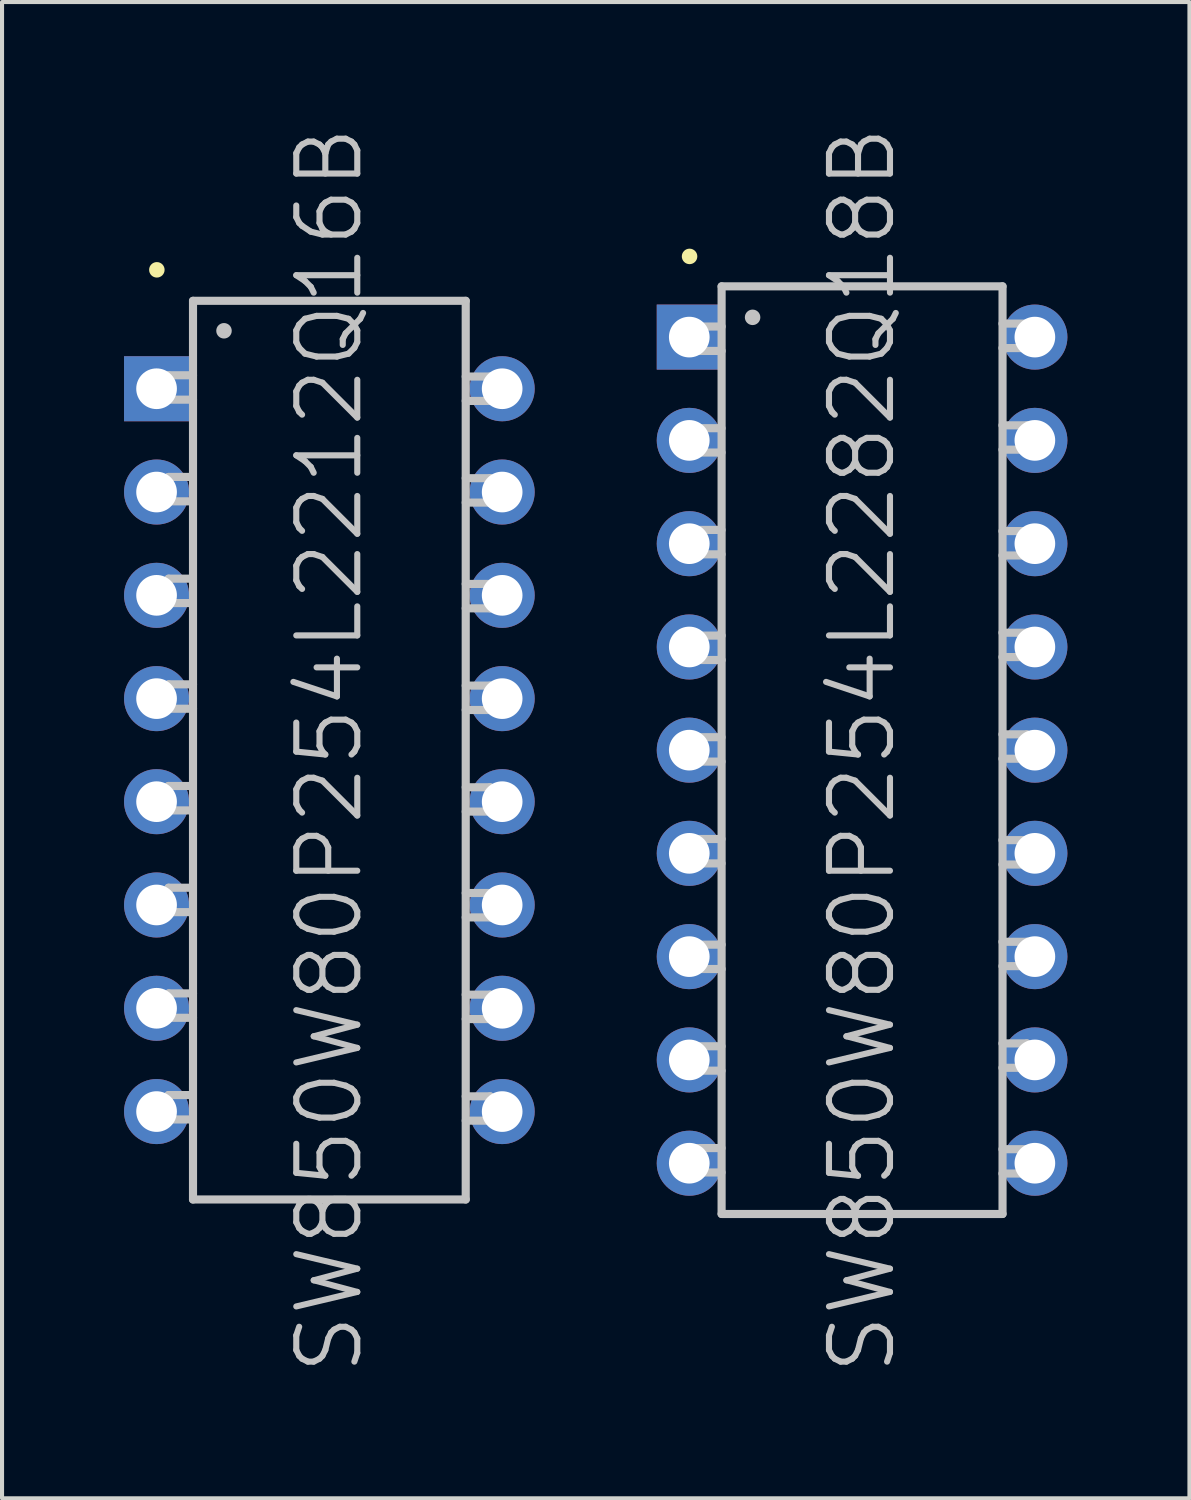
<source format=kicad_pcb>
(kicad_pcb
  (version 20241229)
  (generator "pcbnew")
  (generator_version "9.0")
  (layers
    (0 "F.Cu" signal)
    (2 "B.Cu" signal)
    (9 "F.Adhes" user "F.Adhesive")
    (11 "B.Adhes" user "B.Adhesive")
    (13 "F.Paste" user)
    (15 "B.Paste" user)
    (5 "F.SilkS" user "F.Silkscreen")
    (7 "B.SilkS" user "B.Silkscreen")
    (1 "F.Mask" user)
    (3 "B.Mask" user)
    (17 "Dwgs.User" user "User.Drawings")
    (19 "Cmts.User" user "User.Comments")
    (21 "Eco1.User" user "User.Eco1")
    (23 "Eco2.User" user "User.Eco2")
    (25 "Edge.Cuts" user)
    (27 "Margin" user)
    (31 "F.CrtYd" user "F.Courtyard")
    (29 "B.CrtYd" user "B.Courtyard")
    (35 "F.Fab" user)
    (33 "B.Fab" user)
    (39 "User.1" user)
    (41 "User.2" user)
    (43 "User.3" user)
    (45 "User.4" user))
  (footprint "SW850W80P254L2282Q18B"
    (layer "F.Cu")
    (at 18.148 15.396)
    (property "Reference" "SW850W80P254L2282Q18B" (at 0 0 90) (layer "Dwgs.User") (effects (font (size 1.5 1.5) (thickness 0.15))))
    (attr through_hole)
    (fp_line (start -4.242 -12.141) (end -4.242 -12.141) (stroke (width 0.381) (type solid)) (layer "F.SilkS"))
    (fp_line (start -4.056 -7.917) (end -4.056 -7.318) (stroke (width 0.2) (type solid)) (layer "Dwgs.User"))
    (fp_line (start -4.056 -7.318) (end -3.457 -7.318) (stroke (width 0.2) (type solid)) (layer "Dwgs.User"))
    (fp_line (start -4.056 -5.415) (end -4.056 -4.816) (stroke (width 0.2) (type solid)) (layer "Dwgs.User"))
    (fp_line (start -4.056 -4.816) (end -3.457 -4.816) (stroke (width 0.2) (type solid)) (layer "Dwgs.User"))
    (fp_line (start -4.056 -0.318) (end -4.056 0.282) (stroke (width 0.2) (type solid)) (layer "Dwgs.User"))
    (fp_line (start -4.056 0.282) (end -3.457 0.282) (stroke (width 0.2) (type solid)) (layer "Dwgs.User"))
    (fp_line (start -4.056 2.184) (end -4.056 2.784) (stroke (width 0.2) (type solid)) (layer "Dwgs.User"))
    (fp_line (start -4.056 2.784) (end -3.457 2.784) (stroke (width 0.2) (type solid)) (layer "Dwgs.User"))
    (fp_line (start -4.056 7.282) (end -4.056 7.882) (stroke (width 0.2) (type solid)) (layer "Dwgs.User"))
    (fp_line (start -4.056 7.882) (end -3.457 7.882) (stroke (width 0.2) (type solid)) (layer "Dwgs.User"))
    (fp_line (start -4.056 9.784) (end -4.056 10.384) (stroke (width 0.2) (type solid)) (layer "Dwgs.User"))
    (fp_line (start -4.056 10.384) (end -3.457 10.384) (stroke (width 0.2) (type solid)) (layer "Dwgs.User"))
    (fp_line (start -4.054 -10.417) (end -4.054 -9.817) (stroke (width 0.2) (type solid)) (layer "Dwgs.User"))
    (fp_line (start -4.054 -9.817) (end -3.454 -9.817) (stroke (width 0.2) (type solid)) (layer "Dwgs.User"))
    (fp_line (start -4.054 -2.817) (end -4.054 -2.217) (stroke (width 0.2) (type solid)) (layer "Dwgs.User"))
    (fp_line (start -4.054 -2.217) (end -3.454 -2.217) (stroke (width 0.2) (type solid)) (layer "Dwgs.User"))
    (fp_line (start -4.054 4.783) (end -4.054 5.382) (stroke (width 0.2) (type solid)) (layer "Dwgs.User"))
    (fp_line (start -4.054 5.382) (end -3.454 5.382) (stroke (width 0.2) (type solid)) (layer "Dwgs.User"))
    (fp_line (start -3.457 -7.917) (end -4.056 -7.917) (stroke (width 0.2) (type solid)) (layer "Dwgs.User"))
    (fp_line (start -3.457 -5.415) (end -4.056 -5.415) (stroke (width 0.2) (type solid)) (layer "Dwgs.User"))
    (fp_line (start -3.457 -0.318) (end -4.056 -0.318) (stroke (width 0.2) (type solid)) (layer "Dwgs.User"))
    (fp_line (start -3.457 2.184) (end -4.056 2.184) (stroke (width 0.2) (type solid)) (layer "Dwgs.User"))
    (fp_line (start -3.457 7.282) (end -4.056 7.282) (stroke (width 0.2) (type solid)) (layer "Dwgs.User"))
    (fp_line (start -3.457 9.784) (end -4.056 9.784) (stroke (width 0.2) (type solid)) (layer "Dwgs.User"))
    (fp_line (start -3.454 -11.405) (end -3.454 11.405) (stroke (width 0.2) (type solid)) (layer "Dwgs.User"))
    (fp_line (start -3.454 -11.405) (end 3.454 -11.405) (stroke (width 0.2) (type solid)) (layer "Dwgs.User"))
    (fp_line (start -3.454 -10.417) (end -4.054 -10.417) (stroke (width 0.2) (type solid)) (layer "Dwgs.User"))
    (fp_line (start -3.454 -2.817) (end -4.054 -2.817) (stroke (width 0.2) (type solid)) (layer "Dwgs.User"))
    (fp_line (start -3.454 4.783) (end -4.054 4.783) (stroke (width 0.2) (type solid)) (layer "Dwgs.User"))
    (fp_line (start -3.454 11.405) (end 3.454 11.405) (stroke (width 0.2) (type solid)) (layer "Dwgs.User"))
    (fp_line (start -2.692 -10.643) (end -2.692 -10.643) (stroke (width 0.381) (type solid)) (layer "Dwgs.User"))
    (fp_line (start 3.452 -9.888) (end 4.051 -9.888) (stroke (width 0.2) (type solid)) (layer "Dwgs.User"))
    (fp_line (start 3.452 -7.389) (end 4.051 -7.389) (stroke (width 0.2) (type solid)) (layer "Dwgs.User"))
    (fp_line (start 3.452 -4.788) (end 4.051 -4.788) (stroke (width 0.2) (type solid)) (layer "Dwgs.User"))
    (fp_line (start 3.452 -2.289) (end 4.051 -2.289) (stroke (width 0.2) (type solid)) (layer "Dwgs.User"))
    (fp_line (start 3.452 0.211) (end 4.051 0.211) (stroke (width 0.2) (type solid)) (layer "Dwgs.User"))
    (fp_line (start 3.452 2.812) (end 4.051 2.812) (stroke (width 0.2) (type solid)) (layer "Dwgs.User"))
    (fp_line (start 3.452 5.311) (end 4.051 5.311) (stroke (width 0.2) (type solid)) (layer "Dwgs.User"))
    (fp_line (start 3.452 7.811) (end 4.051 7.811) (stroke (width 0.2) (type solid)) (layer "Dwgs.User"))
    (fp_line (start 3.452 10.411) (end 4.051 10.411) (stroke (width 0.2) (type solid)) (layer "Dwgs.User"))
    (fp_line (start 3.454 -11.405) (end 3.454 11.405) (stroke (width 0.2) (type solid)) (layer "Dwgs.User"))
    (fp_line (start 4.051 -10.488) (end 3.452 -10.488) (stroke (width 0.2) (type solid)) (layer "Dwgs.User"))
    (fp_line (start 4.051 -9.888) (end 4.051 -10.488) (stroke (width 0.2) (type solid)) (layer "Dwgs.User"))
    (fp_line (start 4.051 -7.988) (end 3.452 -7.988) (stroke (width 0.2) (type solid)) (layer "Dwgs.User"))
    (fp_line (start 4.051 -7.389) (end 4.051 -7.988) (stroke (width 0.2) (type solid)) (layer "Dwgs.User"))
    (fp_line (start 4.051 -5.387) (end 3.452 -5.387) (stroke (width 0.2) (type solid)) (layer "Dwgs.User"))
    (fp_line (start 4.051 -4.788) (end 4.051 -5.387) (stroke (width 0.2) (type solid)) (layer "Dwgs.User"))
    (fp_line (start 4.051 -2.888) (end 3.452 -2.888) (stroke (width 0.2) (type solid)) (layer "Dwgs.User"))
    (fp_line (start 4.051 -2.289) (end 4.051 -2.888) (stroke (width 0.2) (type solid)) (layer "Dwgs.User"))
    (fp_line (start 4.051 -0.389) (end 3.452 -0.389) (stroke (width 0.2) (type solid)) (layer "Dwgs.User"))
    (fp_line (start 4.051 0.211) (end 4.051 -0.389) (stroke (width 0.2) (type solid)) (layer "Dwgs.User"))
    (fp_line (start 4.051 2.212) (end 3.452 2.212) (stroke (width 0.2) (type solid)) (layer "Dwgs.User"))
    (fp_line (start 4.051 2.812) (end 4.051 2.212) (stroke (width 0.2) (type solid)) (layer "Dwgs.User"))
    (fp_line (start 4.051 4.712) (end 3.452 4.712) (stroke (width 0.2) (type solid)) (layer "Dwgs.User"))
    (fp_line (start 4.051 5.311) (end 4.051 4.712) (stroke (width 0.2) (type solid)) (layer "Dwgs.User"))
    (fp_line (start 4.051 7.211) (end 3.452 7.211) (stroke (width 0.2) (type solid)) (layer "Dwgs.User"))
    (fp_line (start 4.051 7.811) (end 4.051 7.211) (stroke (width 0.2) (type solid)) (layer "Dwgs.User"))
    (fp_line (start 4.051 9.812) (end 3.452 9.812) (stroke (width 0.2) (type solid)) (layer "Dwgs.User"))
    (fp_line (start 4.051 10.411) (end 4.051 9.812) (stroke (width 0.2) (type solid)) (layer "Dwgs.User"))
    (pad "1" thru_hole rect (at -4.249 -10.157) (size 1.6 1.6) (drill 1) (layers "*.Cu" "*.Mask"))
    (pad "2" thru_hole circle (at -4.249 -7.617) (size 1.6 1.6) (drill 1) (layers "*.Cu" "*.Mask"))
    (pad "3" thru_hole circle (at -4.249 -5.077) (size 1.6 1.6) (drill 1) (layers "*.Cu" "*.Mask"))
    (pad "4" thru_hole circle (at -4.249 -2.537) (size 1.6 1.6) (drill 1) (layers "*.Cu" "*.Mask"))
    (pad "5" thru_hole circle (at -4.249 0) (size 1.6 1.6) (drill 1) (layers "*.Cu" "*.Mask"))
    (pad "6" thru_hole circle (at -4.249 2.537) (size 1.6 1.6) (drill 1) (layers "*.Cu" "*.Mask"))
    (pad "7" thru_hole circle (at -4.249 5.077) (size 1.6 1.6) (drill 1) (layers "*.Cu" "*.Mask"))
    (pad "8" thru_hole circle (at -4.249 7.617) (size 1.6 1.6) (drill 1) (layers "*.Cu" "*.Mask"))
    (pad "9" thru_hole circle (at -4.249 10.157) (size 1.6 1.6) (drill 1) (layers "*.Cu" "*.Mask"))
    (pad "10" thru_hole circle (at 4.249 10.157) (size 1.6 1.6) (drill 1) (layers "*.Cu" "*.Mask"))
    (pad "11" thru_hole circle (at 4.249 7.617) (size 1.6 1.6) (drill 1) (layers "*.Cu" "*.Mask"))
    (pad "12" thru_hole circle (at 4.249 5.077) (size 1.6 1.6) (drill 1) (layers "*.Cu" "*.Mask"))
    (pad "13" thru_hole circle (at 4.249 2.537) (size 1.6 1.6) (drill 1) (layers "*.Cu" "*.Mask"))
    (pad "14" thru_hole circle (at 4.249 0) (size 1.6 1.6) (drill 1) (layers "*.Cu" "*.Mask"))
    (pad "15" thru_hole circle (at 4.249 -2.537) (size 1.6 1.6) (drill 1) (layers "*.Cu" "*.Mask"))
    (pad "16" thru_hole circle (at 4.249 -5.077) (size 1.6 1.6) (drill 1) (layers "*.Cu" "*.Mask"))
    (pad "17" thru_hole circle (at 4.249 -7.617) (size 1.6 1.6) (drill 1) (layers "*.Cu" "*.Mask"))
    (pad "18" thru_hole circle (at 4.249 -10.157) (size 1.6 1.6) (drill 1) (layers "*.Cu" "*.Mask")))
  (footprint "SW850W80P254L2212Q16B"
    (layer "F.Cu")
    (at 5.049 15.396)
    (property "Reference" "SW850W80P254L2212Q16B" (at 0 0 90) (layer "Dwgs.User") (effects (font (size 1.5 1.5) (thickness 0.15))))
    (attr through_hole)
    (fp_line (start -4.242 -11.811) (end -4.242 -11.811) (stroke (width 0.381) (type solid)) (layer "F.SilkS"))
    (fp_line (start -3.955 -6.718) (end -3.955 -6.119) (stroke (width 0.2) (type solid)) (layer "Dwgs.User"))
    (fp_line (start -3.955 -6.119) (end -3.355 -6.119) (stroke (width 0.2) (type solid)) (layer "Dwgs.User"))
    (fp_line (start -3.955 -4.216) (end -3.955 -3.617) (stroke (width 0.2) (type solid)) (layer "Dwgs.User"))
    (fp_line (start -3.955 -3.617) (end -3.355 -3.617) (stroke (width 0.2) (type solid)) (layer "Dwgs.User"))
    (fp_line (start -3.955 0.881) (end -3.955 1.481) (stroke (width 0.2) (type solid)) (layer "Dwgs.User"))
    (fp_line (start -3.955 1.481) (end -3.355 1.481) (stroke (width 0.2) (type solid)) (layer "Dwgs.User"))
    (fp_line (start -3.955 3.383) (end -3.955 3.983) (stroke (width 0.2) (type solid)) (layer "Dwgs.User"))
    (fp_line (start -3.955 3.983) (end -3.355 3.983) (stroke (width 0.2) (type solid)) (layer "Dwgs.User"))
    (fp_line (start -3.955 8.481) (end -3.955 9.081) (stroke (width 0.2) (type solid)) (layer "Dwgs.User"))
    (fp_line (start -3.955 9.081) (end -3.355 9.081) (stroke (width 0.2) (type solid)) (layer "Dwgs.User"))
    (fp_line (start -3.952 -9.218) (end -3.952 -8.618) (stroke (width 0.2) (type solid)) (layer "Dwgs.User"))
    (fp_line (start -3.952 -8.618) (end -3.353 -8.618) (stroke (width 0.2) (type solid)) (layer "Dwgs.User"))
    (fp_line (start -3.952 -1.618) (end -3.952 -1.019) (stroke (width 0.2) (type solid)) (layer "Dwgs.User"))
    (fp_line (start -3.952 -1.019) (end -3.353 -1.019) (stroke (width 0.2) (type solid)) (layer "Dwgs.User"))
    (fp_line (start -3.952 5.982) (end -3.952 6.581) (stroke (width 0.2) (type solid)) (layer "Dwgs.User"))
    (fp_line (start -3.952 6.581) (end -3.353 6.581) (stroke (width 0.2) (type solid)) (layer "Dwgs.User"))
    (fp_line (start -3.355 -6.718) (end -3.955 -6.718) (stroke (width 0.2) (type solid)) (layer "Dwgs.User"))
    (fp_line (start -3.355 -4.216) (end -3.955 -4.216) (stroke (width 0.2) (type solid)) (layer "Dwgs.User"))
    (fp_line (start -3.355 0.881) (end -3.955 0.881) (stroke (width 0.2) (type solid)) (layer "Dwgs.User"))
    (fp_line (start -3.355 3.383) (end -3.955 3.383) (stroke (width 0.2) (type solid)) (layer "Dwgs.User"))
    (fp_line (start -3.355 8.481) (end -3.955 8.481) (stroke (width 0.2) (type solid)) (layer "Dwgs.User"))
    (fp_line (start -3.353 -11.049) (end -3.353 11.049) (stroke (width 0.2) (type solid)) (layer "Dwgs.User"))
    (fp_line (start -3.353 -11.049) (end 3.353 -11.049) (stroke (width 0.2) (type solid)) (layer "Dwgs.User"))
    (fp_line (start -3.353 -9.218) (end -3.952 -9.218) (stroke (width 0.2) (type solid)) (layer "Dwgs.User"))
    (fp_line (start -3.353 -1.618) (end -3.952 -1.618) (stroke (width 0.2) (type solid)) (layer "Dwgs.User"))
    (fp_line (start -3.353 5.982) (end -3.952 5.982) (stroke (width 0.2) (type solid)) (layer "Dwgs.User"))
    (fp_line (start -3.353 11.049) (end 3.353 11.049) (stroke (width 0.2) (type solid)) (layer "Dwgs.User"))
    (fp_line (start -2.591 -10.312) (end -2.591 -10.312) (stroke (width 0.381) (type solid)) (layer "Dwgs.User"))
    (fp_line (start 3.353 -11.049) (end 3.353 11.049) (stroke (width 0.2) (type solid)) (layer "Dwgs.User"))
    (fp_line (start 3.353 -8.588) (end 3.952 -8.588) (stroke (width 0.2) (type solid)) (layer "Dwgs.User"))
    (fp_line (start 3.353 -6.088) (end 3.952 -6.088) (stroke (width 0.2) (type solid)) (layer "Dwgs.User"))
    (fp_line (start 3.353 -3.487) (end 3.952 -3.487) (stroke (width 0.2) (type solid)) (layer "Dwgs.User"))
    (fp_line (start 3.353 -0.988) (end 3.952 -0.988) (stroke (width 0.2) (type solid)) (layer "Dwgs.User"))
    (fp_line (start 3.353 1.511) (end 3.952 1.511) (stroke (width 0.2) (type solid)) (layer "Dwgs.User"))
    (fp_line (start 3.353 4.112) (end 3.952 4.112) (stroke (width 0.2) (type solid)) (layer "Dwgs.User"))
    (fp_line (start 3.353 6.612) (end 3.952 6.612) (stroke (width 0.2) (type solid)) (layer "Dwgs.User"))
    (fp_line (start 3.353 9.111) (end 3.952 9.111) (stroke (width 0.2) (type solid)) (layer "Dwgs.User"))
    (fp_line (start 3.952 -9.187) (end 3.353 -9.187) (stroke (width 0.2) (type solid)) (layer "Dwgs.User"))
    (fp_line (start 3.952 -8.588) (end 3.952 -9.187) (stroke (width 0.2) (type solid)) (layer "Dwgs.User"))
    (fp_line (start 3.952 -6.688) (end 3.353 -6.688) (stroke (width 0.2) (type solid)) (layer "Dwgs.User"))
    (fp_line (start 3.952 -6.088) (end 3.952 -6.688) (stroke (width 0.2) (type solid)) (layer "Dwgs.User"))
    (fp_line (start 3.952 -4.087) (end 3.353 -4.087) (stroke (width 0.2) (type solid)) (layer "Dwgs.User"))
    (fp_line (start 3.952 -3.487) (end 3.952 -4.087) (stroke (width 0.2) (type solid)) (layer "Dwgs.User"))
    (fp_line (start 3.952 -1.587) (end 3.353 -1.587) (stroke (width 0.2) (type solid)) (layer "Dwgs.User"))
    (fp_line (start 3.952 -0.988) (end 3.952 -1.587) (stroke (width 0.2) (type solid)) (layer "Dwgs.User"))
    (fp_line (start 3.952 0.912) (end 3.353 0.912) (stroke (width 0.2) (type solid)) (layer "Dwgs.User"))
    (fp_line (start 3.952 1.511) (end 3.952 0.912) (stroke (width 0.2) (type solid)) (layer "Dwgs.User"))
    (fp_line (start 3.952 3.513) (end 3.353 3.513) (stroke (width 0.2) (type solid)) (layer "Dwgs.User"))
    (fp_line (start 3.952 4.112) (end 3.952 3.513) (stroke (width 0.2) (type solid)) (layer "Dwgs.User"))
    (fp_line (start 3.952 6.012) (end 3.353 6.012) (stroke (width 0.2) (type solid)) (layer "Dwgs.User"))
    (fp_line (start 3.952 6.612) (end 3.952 6.012) (stroke (width 0.2) (type solid)) (layer "Dwgs.User"))
    (fp_line (start 3.952 8.512) (end 3.353 8.512) (stroke (width 0.2) (type solid)) (layer "Dwgs.User"))
    (fp_line (start 3.952 9.111) (end 3.952 8.512) (stroke (width 0.2) (type solid)) (layer "Dwgs.User"))
    (pad "1" thru_hole rect (at -4.249 -8.887 180) (size 1.6 1.6) (drill 1) (layers "*.Cu" "*.Mask"))
    (pad "2" thru_hole circle (at -4.249 -6.347 180) (size 1.6 1.6) (drill 1) (layers "*.Cu" "*.Mask"))
    (pad "3" thru_hole circle (at -4.249 -3.807 180) (size 1.6 1.6) (drill 1) (layers "*.Cu" "*.Mask"))
    (pad "4" thru_hole circle (at -4.249 -1.267 180) (size 1.6 1.6) (drill 1) (layers "*.Cu" "*.Mask"))
    (pad "5" thru_hole circle (at -4.249 1.267 180) (size 1.6 1.6) (drill 1) (layers "*.Cu" "*.Mask"))
    (pad "6" thru_hole circle (at -4.249 3.807 180) (size 1.6 1.6) (drill 1) (layers "*.Cu" "*.Mask"))
    (pad "7" thru_hole circle (at -4.249 6.347 180) (size 1.6 1.6) (drill 1) (layers "*.Cu" "*.Mask"))
    (pad "8" thru_hole circle (at -4.249 8.887 180) (size 1.6 1.6) (drill 1) (layers "*.Cu" "*.Mask"))
    (pad "9" thru_hole circle (at 4.249 8.887 180) (size 1.6 1.6) (drill 1) (layers "*.Cu" "*.Mask"))
    (pad "10" thru_hole circle (at 4.249 6.347 180) (size 1.6 1.6) (drill 1) (layers "*.Cu" "*.Mask"))
    (pad "11" thru_hole circle (at 4.249 3.807 180) (size 1.6 1.6) (drill 1) (layers "*.Cu" "*.Mask"))
    (pad "12" thru_hole circle (at 4.249 1.267 180) (size 1.6 1.6) (drill 1) (layers "*.Cu" "*.Mask"))
    (pad "13" thru_hole circle (at 4.249 -1.267 180) (size 1.6 1.6) (drill 1) (layers "*.Cu" "*.Mask"))
    (pad "14" thru_hole circle (at 4.249 -3.807 180) (size 1.6 1.6) (drill 1) (layers "*.Cu" "*.Mask"))
    (pad "15" thru_hole circle (at 4.249 -6.347 180) (size 1.6 1.6) (drill 1) (layers "*.Cu" "*.Mask"))
    (pad "16" thru_hole circle (at 4.249 -8.887 180) (size 1.6 1.6) (drill 1) (layers "*.Cu" "*.Mask")))
  (gr_rect
    (start -3 -3)
    (end 26.198 33.793)
    (stroke (width 0.1) (type default))
    (fill no)
    (layer "Edge.Cuts")))
</source>
